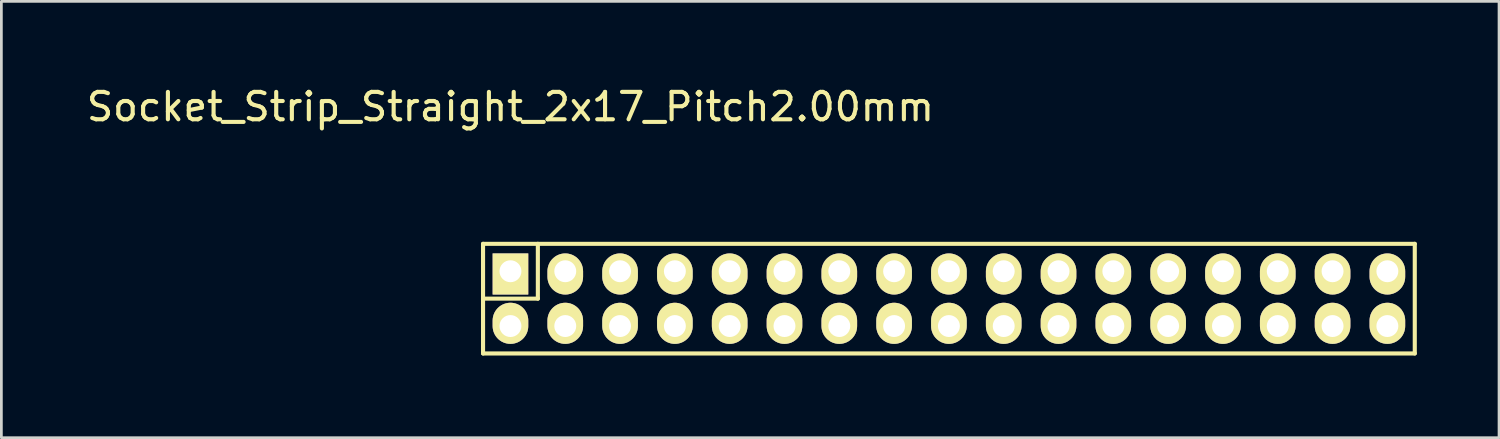
<source format=kicad_pcb>
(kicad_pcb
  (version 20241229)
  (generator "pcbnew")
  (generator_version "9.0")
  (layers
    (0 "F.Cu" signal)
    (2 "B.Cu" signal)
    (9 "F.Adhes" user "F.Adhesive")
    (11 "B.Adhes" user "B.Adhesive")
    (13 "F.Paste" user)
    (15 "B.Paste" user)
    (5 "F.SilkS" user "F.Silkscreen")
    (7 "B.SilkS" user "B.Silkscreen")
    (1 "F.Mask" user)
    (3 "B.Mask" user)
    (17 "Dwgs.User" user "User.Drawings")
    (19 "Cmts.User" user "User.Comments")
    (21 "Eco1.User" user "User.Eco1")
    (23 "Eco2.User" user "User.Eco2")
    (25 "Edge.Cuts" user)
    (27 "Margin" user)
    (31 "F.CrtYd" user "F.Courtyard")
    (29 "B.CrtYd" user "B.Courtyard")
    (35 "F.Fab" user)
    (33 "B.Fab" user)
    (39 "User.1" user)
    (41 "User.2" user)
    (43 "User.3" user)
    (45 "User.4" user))
  (footprint "Socket_Strip_Straight_2x17_Pitch2.00mm"
    (layer "F.Cu")
    (at 15.577 6.848)
    (property "Reference" "Socket_Strip_Straight_2x17_Pitch2.00mm" (at 0 -6 0) (layer "F.SilkS") (effects (font (size 1 1) (thickness 0.15))))
    (attr through_hole)
    (fp_line (start -1 -1) (end -1 3) (stroke (width 0.15) (type solid)) (layer "F.SilkS"))
    (fp_line (start -1 1) (end 1 1) (stroke (width 0.15) (type solid)) (layer "F.SilkS"))
    (fp_line (start -1 3) (end 33 3) (stroke (width 0.15) (type solid)) (layer "F.SilkS"))
    (fp_line (start 1 1) (end 1 -1) (stroke (width 0.15) (type solid)) (layer "F.SilkS"))
    (fp_line (start 33 -1) (end -1 -1) (stroke (width 0.15) (type solid)) (layer "F.SilkS"))
    (fp_line (start 33 3) (end 33 -1) (stroke (width 0.15) (type solid)) (layer "F.SilkS"))
    (pad "1" thru_hole rect (at 0 0) (size 1.3 1.5) (drill 0.8 (offset 0 0.1)) (layers "*.Cu" "*.Mask" "F.SilkS"))
    (pad "2" thru_hole oval (at 0 2) (size 1.3 1.5) (drill 0.8 (offset 0 -0.1)) (layers "*.Cu" "*.Mask" "F.SilkS"))
    (pad "3" thru_hole oval (at 2 0) (size 1.3 1.5) (drill 0.8 (offset 0 0.1)) (layers "*.Cu" "*.Mask" "F.SilkS"))
    (pad "4" thru_hole oval (at 2 2) (size 1.3 1.5) (drill 0.8 (offset 0 -0.1)) (layers "*.Cu" "*.Mask" "F.SilkS"))
    (pad "5" thru_hole oval (at 4 0) (size 1.3 1.5) (drill 0.8 (offset 0 0.1)) (layers "*.Cu" "*.Mask" "F.SilkS"))
    (pad "6" thru_hole oval (at 4 2) (size 1.3 1.5) (drill 0.8 (offset 0 -0.1)) (layers "*.Cu" "*.Mask" "F.SilkS"))
    (pad "7" thru_hole oval (at 6 0) (size 1.3 1.5) (drill 0.8 (offset 0 0.1)) (layers "*.Cu" "*.Mask" "F.SilkS"))
    (pad "8" thru_hole oval (at 6 2) (size 1.3 1.5) (drill 0.8 (offset 0 -0.1)) (layers "*.Cu" "*.Mask" "F.SilkS"))
    (pad "9" thru_hole oval (at 8 0) (size 1.3 1.5) (drill 0.8 (offset 0 0.1)) (layers "*.Cu" "*.Mask" "F.SilkS"))
    (pad "10" thru_hole oval (at 8 2) (size 1.3 1.5) (drill 0.8 (offset 0 -0.1)) (layers "*.Cu" "*.Mask" "F.SilkS"))
    (pad "11" thru_hole oval (at 10 0) (size 1.3 1.5) (drill 0.8 (offset 0 0.1)) (layers "*.Cu" "*.Mask" "F.SilkS"))
    (pad "12" thru_hole oval (at 10 2) (size 1.3 1.5) (drill 0.8 (offset 0 -0.1)) (layers "*.Cu" "*.Mask" "F.SilkS"))
    (pad "13" thru_hole oval (at 12 0) (size 1.3 1.5) (drill 0.8 (offset 0 0.1)) (layers "*.Cu" "*.Mask" "F.SilkS"))
    (pad "14" thru_hole oval (at 12 2) (size 1.3 1.5) (drill 0.8 (offset 0 -0.1)) (layers "*.Cu" "*.Mask" "F.SilkS"))
    (pad "15" thru_hole oval (at 14 0) (size 1.3 1.5) (drill 0.8 (offset 0 0.1)) (layers "*.Cu" "*.Mask" "F.SilkS"))
    (pad "16" thru_hole oval (at 14 2) (size 1.3 1.5) (drill 0.8 (offset 0 -0.1)) (layers "*.Cu" "*.Mask" "F.SilkS"))
    (pad "17" thru_hole oval (at 16 0) (size 1.3 1.5) (drill 0.8 (offset 0 0.1)) (layers "*.Cu" "*.Mask" "F.SilkS"))
    (pad "18" thru_hole oval (at 16 2) (size 1.3 1.5) (drill 0.8 (offset 0 -0.1)) (layers "*.Cu" "*.Mask" "F.SilkS"))
    (pad "19" thru_hole oval (at 18 0) (size 1.3 1.5) (drill 0.8 (offset 0 0.1)) (layers "*.Cu" "*.Mask" "F.SilkS"))
    (pad "20" thru_hole oval (at 18 2) (size 1.3 1.5) (drill 0.8 (offset 0 -0.1)) (layers "*.Cu" "*.Mask" "F.SilkS"))
    (pad "21" thru_hole oval (at 20 0) (size 1.3 1.5) (drill 0.8 (offset 0 0.1)) (layers "*.Cu" "*.Mask" "F.SilkS"))
    (pad "22" thru_hole oval (at 20 2) (size 1.3 1.5) (drill 0.8 (offset 0 -0.1)) (layers "*.Cu" "*.Mask" "F.SilkS"))
    (pad "23" thru_hole oval (at 22 0) (size 1.3 1.5) (drill 0.8 (offset 0 0.1)) (layers "*.Cu" "*.Mask" "F.SilkS"))
    (pad "24" thru_hole oval (at 22 2) (size 1.3 1.5) (drill 0.8 (offset 0 -0.1)) (layers "*.Cu" "*.Mask" "F.SilkS"))
    (pad "25" thru_hole oval (at 24 0) (size 1.3 1.5) (drill 0.8 (offset 0 0.1)) (layers "*.Cu" "*.Mask" "F.SilkS"))
    (pad "26" thru_hole oval (at 24 2) (size 1.3 1.5) (drill 0.8 (offset 0 -0.1)) (layers "*.Cu" "*.Mask" "F.SilkS"))
    (pad "27" thru_hole oval (at 26 0) (size 1.3 1.5) (drill 0.8 (offset 0 0.1)) (layers "*.Cu" "*.Mask" "F.SilkS"))
    (pad "28" thru_hole oval (at 26 2) (size 1.3 1.5) (drill 0.8 (offset 0 -0.1)) (layers "*.Cu" "*.Mask" "F.SilkS"))
    (pad "29" thru_hole oval (at 28 0) (size 1.3 1.5) (drill 0.8 (offset 0 0.1)) (layers "*.Cu" "*.Mask" "F.SilkS"))
    (pad "30" thru_hole oval (at 28 2) (size 1.3 1.5) (drill 0.8 (offset 0 -0.1)) (layers "*.Cu" "*.Mask" "F.SilkS"))
    (pad "31" thru_hole oval (at 30 0) (size 1.3 1.5) (drill 0.8 (offset 0 0.1)) (layers "*.Cu" "*.Mask" "F.SilkS"))
    (pad "32" thru_hole oval (at 30 2) (size 1.3 1.5) (drill 0.8 (offset 0 -0.1)) (layers "*.Cu" "*.Mask" "F.SilkS"))
    (pad "33" thru_hole oval (at 32 0) (size 1.3 1.5) (drill 0.8 (offset 0 0.1)) (layers "*.Cu" "*.Mask" "F.SilkS"))
    (pad "34" thru_hole oval (at 32 2) (size 1.3 1.5) (drill 0.8 (offset 0 -0.1)) (layers "*.Cu" "*.Mask" "F.SilkS")))
  (gr_rect
    (start -3 -3)
    (end 51.652 12.923)
    (stroke (width 0.1) (type default))
    (fill no)
    (layer "Edge.Cuts")))
</source>
